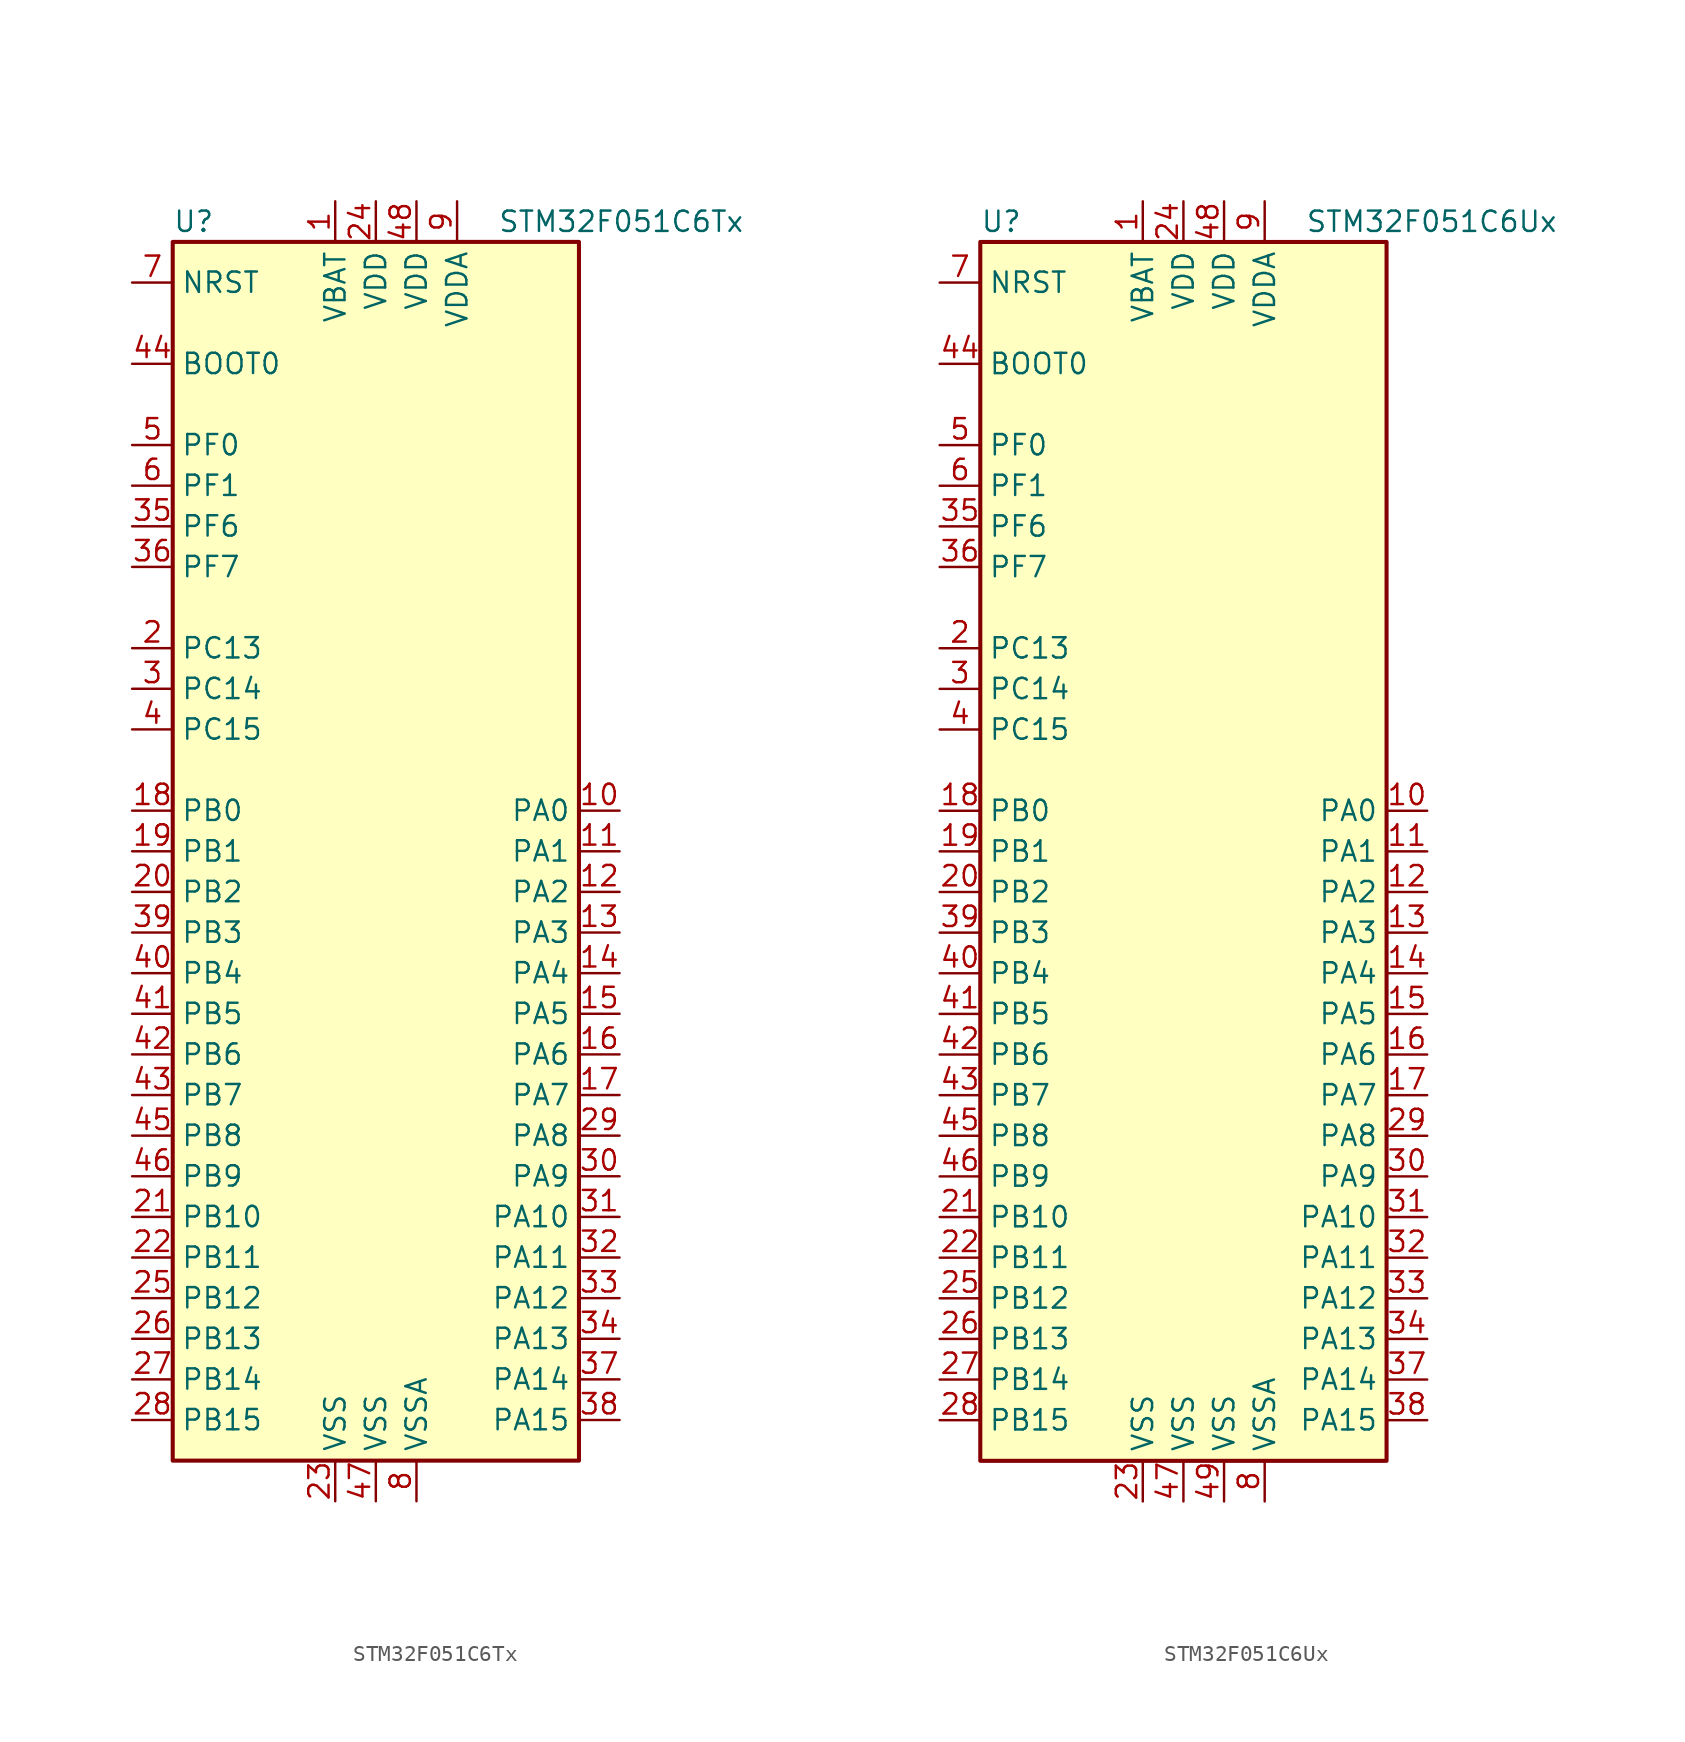
<source format=kicad_sym>
(kicad_symbol_lib
  (version 20201005)
  (generator kicad_symbol_editor)
  (symbol "MCU_ST_STM32F0:STM32F051C6Tx"
    (property "Reference" "U"
      (at -12.7 39.37 0)
      (effects (font (size 1.27 1.27)) (justify left)))
    (property "Value" "STM32F051C6Tx"
      (at 7.62 39.37 0)
      (effects (font (size 1.27 1.27)) (justify left)))
    (symbol "STM32F051C6Tx_0_1"
      (rectangle (start -12.7 -38.1) (end 12.7 38.1) (stroke (width 0.254)) (fill (type background))))
    (symbol "STM32F051C6Tx_1_1"
      (pin power_in line (at -2.54 40.64 270) (length 2.54) (name "VBAT" (effects (font (size 1.27 1.27)))) (number "1" (effects (font (size 1.27 1.27)))))
      (pin bidirectional line (at 15.24 2.54 180) (length 2.54) (name "PA0" (effects (font (size 1.27 1.27)))) (number "10" (effects (font (size 1.27 1.27)))))
      (pin bidirectional line (at 15.24 0 180) (length 2.54) (name "PA1" (effects (font (size 1.27 1.27)))) (number "11" (effects (font (size 1.27 1.27)))))
      (pin bidirectional line (at 15.24 -2.54 180) (length 2.54) (name "PA2" (effects (font (size 1.27 1.27)))) (number "12" (effects (font (size 1.27 1.27)))))
      (pin bidirectional line (at 15.24 -5.08 180) (length 2.54) (name "PA3" (effects (font (size 1.27 1.27)))) (number "13" (effects (font (size 1.27 1.27)))))
      (pin bidirectional line (at 15.24 -7.62 180) (length 2.54) (name "PA4" (effects (font (size 1.27 1.27)))) (number "14" (effects (font (size 1.27 1.27)))))
      (pin bidirectional line (at 15.24 -10.16 180) (length 2.54) (name "PA5" (effects (font (size 1.27 1.27)))) (number "15" (effects (font (size 1.27 1.27)))))
      (pin bidirectional line (at 15.24 -12.7 180) (length 2.54) (name "PA6" (effects (font (size 1.27 1.27)))) (number "16" (effects (font (size 1.27 1.27)))))
      (pin bidirectional line (at 15.24 -15.24 180) (length 2.54) (name "PA7" (effects (font (size 1.27 1.27)))) (number "17" (effects (font (size 1.27 1.27)))))
      (pin bidirectional line (at -15.24 2.54 0) (length 2.54) (name "PB0" (effects (font (size 1.27 1.27)))) (number "18" (effects (font (size 1.27 1.27)))))
      (pin bidirectional line (at -15.24 0 0) (length 2.54) (name "PB1" (effects (font (size 1.27 1.27)))) (number "19" (effects (font (size 1.27 1.27)))))
      (pin bidirectional line (at -15.24 12.7 0) (length 2.54) (name "PC13" (effects (font (size 1.27 1.27)))) (number "2" (effects (font (size 1.27 1.27)))))
      (pin bidirectional line (at -15.24 -2.54 0) (length 2.54) (name "PB2" (effects (font (size 1.27 1.27)))) (number "20" (effects (font (size 1.27 1.27)))))
      (pin bidirectional line (at -15.24 -22.86 0) (length 2.54) (name "PB10" (effects (font (size 1.27 1.27)))) (number "21" (effects (font (size 1.27 1.27)))))
      (pin bidirectional line (at -15.24 -25.4 0) (length 2.54) (name "PB11" (effects (font (size 1.27 1.27)))) (number "22" (effects (font (size 1.27 1.27)))))
      (pin power_in line (at -2.54 -40.64 90) (length 2.54) (name "VSS" (effects (font (size 1.27 1.27)))) (number "23" (effects (font (size 1.27 1.27)))))
      (pin power_in line (at 0 40.64 270) (length 2.54) (name "VDD" (effects (font (size 1.27 1.27)))) (number "24" (effects (font (size 1.27 1.27)))))
      (pin bidirectional line (at -15.24 -27.94 0) (length 2.54) (name "PB12" (effects (font (size 1.27 1.27)))) (number "25" (effects (font (size 1.27 1.27)))))
      (pin bidirectional line (at -15.24 -30.48 0) (length 2.54) (name "PB13" (effects (font (size 1.27 1.27)))) (number "26" (effects (font (size 1.27 1.27)))))
      (pin bidirectional line (at -15.24 -33.02 0) (length 2.54) (name "PB14" (effects (font (size 1.27 1.27)))) (number "27" (effects (font (size 1.27 1.27)))))
      (pin bidirectional line (at -15.24 -35.56 0) (length 2.54) (name "PB15" (effects (font (size 1.27 1.27)))) (number "28" (effects (font (size 1.27 1.27)))))
      (pin bidirectional line (at 15.24 -17.78 180) (length 2.54) (name "PA8" (effects (font (size 1.27 1.27)))) (number "29" (effects (font (size 1.27 1.27)))))
      (pin bidirectional line (at -15.24 10.16 0) (length 2.54) (name "PC14" (effects (font (size 1.27 1.27)))) (number "3" (effects (font (size 1.27 1.27)))))
      (pin bidirectional line (at 15.24 -20.32 180) (length 2.54) (name "PA9" (effects (font (size 1.27 1.27)))) (number "30" (effects (font (size 1.27 1.27)))))
      (pin bidirectional line (at 15.24 -22.86 180) (length 2.54) (name "PA10" (effects (font (size 1.27 1.27)))) (number "31" (effects (font (size 1.27 1.27)))))
      (pin bidirectional line (at 15.24 -25.4 180) (length 2.54) (name "PA11" (effects (font (size 1.27 1.27)))) (number "32" (effects (font (size 1.27 1.27)))))
      (pin bidirectional line (at 15.24 -27.94 180) (length 2.54) (name "PA12" (effects (font (size 1.27 1.27)))) (number "33" (effects (font (size 1.27 1.27)))))
      (pin bidirectional line (at 15.24 -30.48 180) (length 2.54) (name "PA13" (effects (font (size 1.27 1.27)))) (number "34" (effects (font (size 1.27 1.27)))))
      (pin bidirectional line (at -15.24 20.32 0) (length 2.54) (name "PF6" (effects (font (size 1.27 1.27)))) (number "35" (effects (font (size 1.27 1.27)))))
      (pin bidirectional line (at -15.24 17.78 0) (length 2.54) (name "PF7" (effects (font (size 1.27 1.27)))) (number "36" (effects (font (size 1.27 1.27)))))
      (pin bidirectional line (at 15.24 -33.02 180) (length 2.54) (name "PA14" (effects (font (size 1.27 1.27)))) (number "37" (effects (font (size 1.27 1.27)))))
      (pin bidirectional line (at 15.24 -35.56 180) (length 2.54) (name "PA15" (effects (font (size 1.27 1.27)))) (number "38" (effects (font (size 1.27 1.27)))))
      (pin bidirectional line (at -15.24 -5.08 0) (length 2.54) (name "PB3" (effects (font (size 1.27 1.27)))) (number "39" (effects (font (size 1.27 1.27)))))
      (pin bidirectional line (at -15.24 7.62 0) (length 2.54) (name "PC15" (effects (font (size 1.27 1.27)))) (number "4" (effects (font (size 1.27 1.27)))))
      (pin bidirectional line (at -15.24 -7.62 0) (length 2.54) (name "PB4" (effects (font (size 1.27 1.27)))) (number "40" (effects (font (size 1.27 1.27)))))
      (pin bidirectional line (at -15.24 -10.16 0) (length 2.54) (name "PB5" (effects (font (size 1.27 1.27)))) (number "41" (effects (font (size 1.27 1.27)))))
      (pin bidirectional line (at -15.24 -12.7 0) (length 2.54) (name "PB6" (effects (font (size 1.27 1.27)))) (number "42" (effects (font (size 1.27 1.27)))))
      (pin bidirectional line (at -15.24 -15.24 0) (length 2.54) (name "PB7" (effects (font (size 1.27 1.27)))) (number "43" (effects (font (size 1.27 1.27)))))
      (pin input line (at -15.24 30.48 0) (length 2.54) (name "BOOT0" (effects (font (size 1.27 1.27)))) (number "44" (effects (font (size 1.27 1.27)))))
      (pin bidirectional line (at -15.24 -17.78 0) (length 2.54) (name "PB8" (effects (font (size 1.27 1.27)))) (number "45" (effects (font (size 1.27 1.27)))))
      (pin bidirectional line (at -15.24 -20.32 0) (length 2.54) (name "PB9" (effects (font (size 1.27 1.27)))) (number "46" (effects (font (size 1.27 1.27)))))
      (pin power_in line (at 0 -40.64 90) (length 2.54) (name "VSS" (effects (font (size 1.27 1.27)))) (number "47" (effects (font (size 1.27 1.27)))))
      (pin power_in line (at 2.54 40.64 270) (length 2.54) (name "VDD" (effects (font (size 1.27 1.27)))) (number "48" (effects (font (size 1.27 1.27)))))
      (pin input line (at -15.24 25.4 0) (length 2.54) (name "PF0" (effects (font (size 1.27 1.27)))) (number "5" (effects (font (size 1.27 1.27)))))
      (pin input line (at -15.24 22.86 0) (length 2.54) (name "PF1" (effects (font (size 1.27 1.27)))) (number "6" (effects (font (size 1.27 1.27)))))
      (pin input line (at -15.24 35.56 0) (length 2.54) (name "NRST" (effects (font (size 1.27 1.27)))) (number "7" (effects (font (size 1.27 1.27)))))
      (pin power_in line (at 2.54 -40.64 90) (length 2.54) (name "VSSA" (effects (font (size 1.27 1.27)))) (number "8" (effects (font (size 1.27 1.27)))))
      (pin power_in line (at 5.08 40.64 270) (length 2.54) (name "VDDA" (effects (font (size 1.27 1.27)))) (number "9" (effects (font (size 1.27 1.27)))))))
  (symbol "MCU_ST_STM32F0:STM32F051C6Ux"
    (property "Reference" "U"
      (at -12.7 39.37 0)
      (effects (font (size 1.27 1.27)) (justify left)))
    (property "Value" "STM32F051C6Ux"
      (at 7.62 39.37 0)
      (effects (font (size 1.27 1.27)) (justify left)))
    (symbol "STM32F051C6Ux_0_1"
      (rectangle (start -12.7 -38.1) (end 12.7 38.1) (stroke (width 0.254)) (fill (type background))))
    (symbol "STM32F051C6Ux_1_1"
      (pin power_in line (at -2.54 40.64 270) (length 2.54) (name "VBAT" (effects (font (size 1.27 1.27)))) (number "1" (effects (font (size 1.27 1.27)))))
      (pin bidirectional line (at 15.24 2.54 180) (length 2.54) (name "PA0" (effects (font (size 1.27 1.27)))) (number "10" (effects (font (size 1.27 1.27)))))
      (pin bidirectional line (at 15.24 0 180) (length 2.54) (name "PA1" (effects (font (size 1.27 1.27)))) (number "11" (effects (font (size 1.27 1.27)))))
      (pin bidirectional line (at 15.24 -2.54 180) (length 2.54) (name "PA2" (effects (font (size 1.27 1.27)))) (number "12" (effects (font (size 1.27 1.27)))))
      (pin bidirectional line (at 15.24 -5.08 180) (length 2.54) (name "PA3" (effects (font (size 1.27 1.27)))) (number "13" (effects (font (size 1.27 1.27)))))
      (pin bidirectional line (at 15.24 -7.62 180) (length 2.54) (name "PA4" (effects (font (size 1.27 1.27)))) (number "14" (effects (font (size 1.27 1.27)))))
      (pin bidirectional line (at 15.24 -10.16 180) (length 2.54) (name "PA5" (effects (font (size 1.27 1.27)))) (number "15" (effects (font (size 1.27 1.27)))))
      (pin bidirectional line (at 15.24 -12.7 180) (length 2.54) (name "PA6" (effects (font (size 1.27 1.27)))) (number "16" (effects (font (size 1.27 1.27)))))
      (pin bidirectional line (at 15.24 -15.24 180) (length 2.54) (name "PA7" (effects (font (size 1.27 1.27)))) (number "17" (effects (font (size 1.27 1.27)))))
      (pin bidirectional line (at -15.24 2.54 0) (length 2.54) (name "PB0" (effects (font (size 1.27 1.27)))) (number "18" (effects (font (size 1.27 1.27)))))
      (pin bidirectional line (at -15.24 0 0) (length 2.54) (name "PB1" (effects (font (size 1.27 1.27)))) (number "19" (effects (font (size 1.27 1.27)))))
      (pin bidirectional line (at -15.24 12.7 0) (length 2.54) (name "PC13" (effects (font (size 1.27 1.27)))) (number "2" (effects (font (size 1.27 1.27)))))
      (pin bidirectional line (at -15.24 -2.54 0) (length 2.54) (name "PB2" (effects (font (size 1.27 1.27)))) (number "20" (effects (font (size 1.27 1.27)))))
      (pin bidirectional line (at -15.24 -22.86 0) (length 2.54) (name "PB10" (effects (font (size 1.27 1.27)))) (number "21" (effects (font (size 1.27 1.27)))))
      (pin bidirectional line (at -15.24 -25.4 0) (length 2.54) (name "PB11" (effects (font (size 1.27 1.27)))) (number "22" (effects (font (size 1.27 1.27)))))
      (pin power_in line (at -2.54 -40.64 90) (length 2.54) (name "VSS" (effects (font (size 1.27 1.27)))) (number "23" (effects (font (size 1.27 1.27)))))
      (pin power_in line (at 0 40.64 270) (length 2.54) (name "VDD" (effects (font (size 1.27 1.27)))) (number "24" (effects (font (size 1.27 1.27)))))
      (pin bidirectional line (at -15.24 -27.94 0) (length 2.54) (name "PB12" (effects (font (size 1.27 1.27)))) (number "25" (effects (font (size 1.27 1.27)))))
      (pin bidirectional line (at -15.24 -30.48 0) (length 2.54) (name "PB13" (effects (font (size 1.27 1.27)))) (number "26" (effects (font (size 1.27 1.27)))))
      (pin bidirectional line (at -15.24 -33.02 0) (length 2.54) (name "PB14" (effects (font (size 1.27 1.27)))) (number "27" (effects (font (size 1.27 1.27)))))
      (pin bidirectional line (at -15.24 -35.56 0) (length 2.54) (name "PB15" (effects (font (size 1.27 1.27)))) (number "28" (effects (font (size 1.27 1.27)))))
      (pin bidirectional line (at 15.24 -17.78 180) (length 2.54) (name "PA8" (effects (font (size 1.27 1.27)))) (number "29" (effects (font (size 1.27 1.27)))))
      (pin bidirectional line (at -15.24 10.16 0) (length 2.54) (name "PC14" (effects (font (size 1.27 1.27)))) (number "3" (effects (font (size 1.27 1.27)))))
      (pin bidirectional line (at 15.24 -20.32 180) (length 2.54) (name "PA9" (effects (font (size 1.27 1.27)))) (number "30" (effects (font (size 1.27 1.27)))))
      (pin bidirectional line (at 15.24 -22.86 180) (length 2.54) (name "PA10" (effects (font (size 1.27 1.27)))) (number "31" (effects (font (size 1.27 1.27)))))
      (pin bidirectional line (at 15.24 -25.4 180) (length 2.54) (name "PA11" (effects (font (size 1.27 1.27)))) (number "32" (effects (font (size 1.27 1.27)))))
      (pin bidirectional line (at 15.24 -27.94 180) (length 2.54) (name "PA12" (effects (font (size 1.27 1.27)))) (number "33" (effects (font (size 1.27 1.27)))))
      (pin bidirectional line (at 15.24 -30.48 180) (length 2.54) (name "PA13" (effects (font (size 1.27 1.27)))) (number "34" (effects (font (size 1.27 1.27)))))
      (pin bidirectional line (at -15.24 20.32 0) (length 2.54) (name "PF6" (effects (font (size 1.27 1.27)))) (number "35" (effects (font (size 1.27 1.27)))))
      (pin bidirectional line (at -15.24 17.78 0) (length 2.54) (name "PF7" (effects (font (size 1.27 1.27)))) (number "36" (effects (font (size 1.27 1.27)))))
      (pin bidirectional line (at 15.24 -33.02 180) (length 2.54) (name "PA14" (effects (font (size 1.27 1.27)))) (number "37" (effects (font (size 1.27 1.27)))))
      (pin bidirectional line (at 15.24 -35.56 180) (length 2.54) (name "PA15" (effects (font (size 1.27 1.27)))) (number "38" (effects (font (size 1.27 1.27)))))
      (pin bidirectional line (at -15.24 -5.08 0) (length 2.54) (name "PB3" (effects (font (size 1.27 1.27)))) (number "39" (effects (font (size 1.27 1.27)))))
      (pin bidirectional line (at -15.24 7.62 0) (length 2.54) (name "PC15" (effects (font (size 1.27 1.27)))) (number "4" (effects (font (size 1.27 1.27)))))
      (pin bidirectional line (at -15.24 -7.62 0) (length 2.54) (name "PB4" (effects (font (size 1.27 1.27)))) (number "40" (effects (font (size 1.27 1.27)))))
      (pin bidirectional line (at -15.24 -10.16 0) (length 2.54) (name "PB5" (effects (font (size 1.27 1.27)))) (number "41" (effects (font (size 1.27 1.27)))))
      (pin bidirectional line (at -15.24 -12.7 0) (length 2.54) (name "PB6" (effects (font (size 1.27 1.27)))) (number "42" (effects (font (size 1.27 1.27)))))
      (pin bidirectional line (at -15.24 -15.24 0) (length 2.54) (name "PB7" (effects (font (size 1.27 1.27)))) (number "43" (effects (font (size 1.27 1.27)))))
      (pin input line (at -15.24 30.48 0) (length 2.54) (name "BOOT0" (effects (font (size 1.27 1.27)))) (number "44" (effects (font (size 1.27 1.27)))))
      (pin bidirectional line (at -15.24 -17.78 0) (length 2.54) (name "PB8" (effects (font (size 1.27 1.27)))) (number "45" (effects (font (size 1.27 1.27)))))
      (pin bidirectional line (at -15.24 -20.32 0) (length 2.54) (name "PB9" (effects (font (size 1.27 1.27)))) (number "46" (effects (font (size 1.27 1.27)))))
      (pin power_in line (at 0 -40.64 90) (length 2.54) (name "VSS" (effects (font (size 1.27 1.27)))) (number "47" (effects (font (size 1.27 1.27)))))
      (pin power_in line (at 2.54 40.64 270) (length 2.54) (name "VDD" (effects (font (size 1.27 1.27)))) (number "48" (effects (font (size 1.27 1.27)))))
      (pin power_in line (at 2.54 -40.64 90) (length 2.54) (name "VSS" (effects (font (size 1.27 1.27)))) (number "49" (effects (font (size 1.27 1.27)))))
      (pin input line (at -15.24 25.4 0) (length 2.54) (name "PF0" (effects (font (size 1.27 1.27)))) (number "5" (effects (font (size 1.27 1.27)))))
      (pin input line (at -15.24 22.86 0) (length 2.54) (name "PF1" (effects (font (size 1.27 1.27)))) (number "6" (effects (font (size 1.27 1.27)))))
      (pin input line (at -15.24 35.56 0) (length 2.54) (name "NRST" (effects (font (size 1.27 1.27)))) (number "7" (effects (font (size 1.27 1.27)))))
      (pin power_in line (at 5.08 -40.64 90) (length 2.54) (name "VSSA" (effects (font (size 1.27 1.27)))) (number "8" (effects (font (size 1.27 1.27)))))
      (pin power_in line (at 5.08 40.64 270) (length 2.54) (name "VDDA" (effects (font (size 1.27 1.27)))) (number "9" (effects (font (size 1.27 1.27))))))))
</source>
